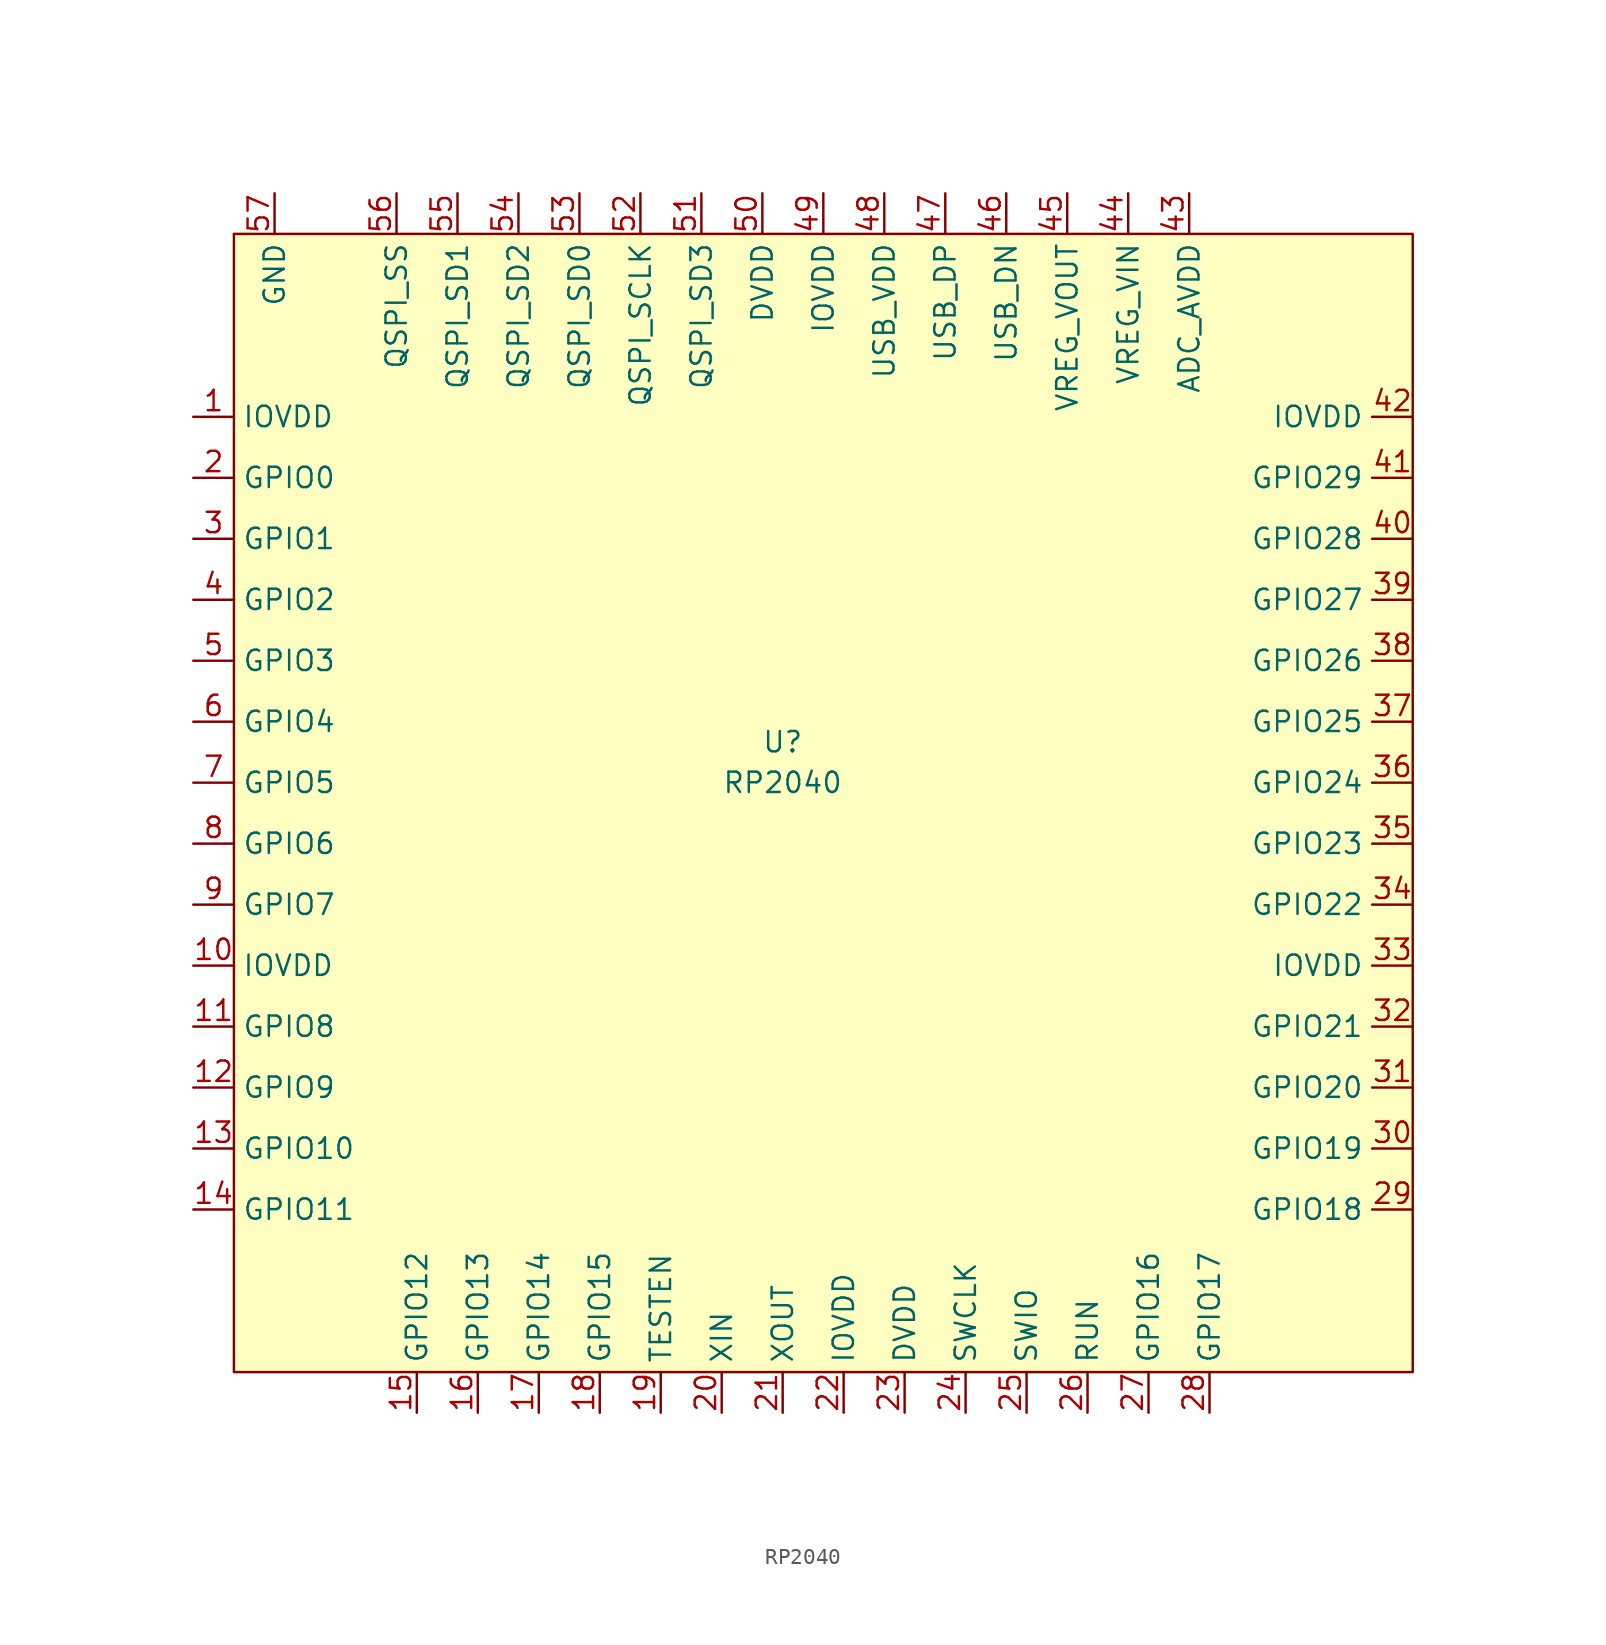
<source format=kicad_sym>
(kicad_symbol_lib
  (version 20211014)
  (generator kicad_symbol_editor)
  (symbol "RP2040"
    (property "Reference" "U"
      (at 0 3.81 0)
      (effects (font (size 1.27 1.27))))
    (property "Value" "RP2040"
      (at 0 1.27 0)
      (effects (font (size 1.27 1.27))))
    (symbol "RP2040_0_1"
      (rectangle (start -34.29 35.56) (end 39.37 -35.56) (stroke (width 0) (type default) (color 0 0 0 0)) (fill (type background))))
    (symbol "RP2040_1_1"
      (pin power_in line (at -36.83 24.13 0) (length 2.54) (name "IOVDD" (effects (font (size 1.27 1.27)))) (number "1" (effects (font (size 1.27 1.27)))))
      (pin power_in line (at -36.83 -10.16 0) (length 2.54) (name "IOVDD" (effects (font (size 1.27 1.27)))) (number "10" (effects (font (size 1.27 1.27)))))
      (pin bidirectional line (at -36.83 -13.97 0) (length 2.54) (name "GPIO8" (effects (font (size 1.27 1.27)))) (number "11" (effects (font (size 1.27 1.27)))) (alternate "I2C0_SDA" bidirectional line) (alternate "PWM4_A" bidirectional line) (alternate "SPI1_RX" bidirectional line) (alternate "UART1_TX" bidirectional line))
      (pin bidirectional line (at -36.83 -17.78 0) (length 2.54) (name "GPIO9" (effects (font (size 1.27 1.27)))) (number "12" (effects (font (size 1.27 1.27)))) (alternate "I2C0_SCL" bidirectional line) (alternate "PWM4_B" bidirectional line) (alternate "SPI1_CSn" bidirectional line) (alternate "UART1_RX" bidirectional line))
      (pin bidirectional line (at -36.83 -21.59 0) (length 2.54) (name "GPIO10" (effects (font (size 1.27 1.27)))) (number "13" (effects (font (size 1.27 1.27)))) (alternate "I2C1_SDA" bidirectional line) (alternate "PWM5_A" bidirectional line) (alternate "SPI1_SCK" bidirectional line) (alternate "UART1_CTS" bidirectional line))
      (pin bidirectional line (at -36.83 -25.4 0) (length 2.54) (name "GPIO11" (effects (font (size 1.27 1.27)))) (number "14" (effects (font (size 1.27 1.27)))) (alternate "I2C1_SCL" bidirectional line) (alternate "PWM5_B" bidirectional line) (alternate "SPI1_TX" bidirectional line) (alternate "UART1_RTS" bidirectional line))
      (pin bidirectional line (at -22.86 -38.1 90) (length 2.54) (name "GPIO12" (effects (font (size 1.27 1.27)))) (number "15" (effects (font (size 1.27 1.27)))) (alternate "I2C0_SDA" bidirectional line) (alternate "PWM6_A" bidirectional line) (alternate "SPI1_RX" bidirectional line) (alternate "UART0_TX" bidirectional line))
      (pin bidirectional line (at -19.05 -38.1 90) (length 2.54) (name "GPIO13" (effects (font (size 1.27 1.27)))) (number "16" (effects (font (size 1.27 1.27)))) (alternate "I2C0_SCL" bidirectional line) (alternate "PWM6_B" bidirectional line) (alternate "SPI1_CSn" bidirectional line) (alternate "UART0_RX" bidirectional line))
      (pin bidirectional line (at -15.24 -38.1 90) (length 2.54) (name "GPIO14" (effects (font (size 1.27 1.27)))) (number "17" (effects (font (size 1.27 1.27)))) (alternate "I2C1_SDA" bidirectional line) (alternate "PWM7_A" bidirectional line) (alternate "SPI1_SCK" bidirectional line) (alternate "UART0_CTS" bidirectional line))
      (pin bidirectional line (at -11.43 -38.1 90) (length 2.54) (name "GPIO15" (effects (font (size 1.27 1.27)))) (number "18" (effects (font (size 1.27 1.27)))) (alternate "I2C1_SCL" bidirectional line) (alternate "PWM7_B" bidirectional line) (alternate "SPI1_TX" bidirectional line) (alternate "UART0_RTS" bidirectional line))
      (pin input line (at -7.62 -38.1 90) (length 2.54) (name "TESTEN" (effects (font (size 1.27 1.27)))) (number "19" (effects (font (size 1.27 1.27)))))
      (pin bidirectional line (at -36.83 20.32 0) (length 2.54) (name "GPIO0" (effects (font (size 1.27 1.27)))) (number "2" (effects (font (size 1.27 1.27)))) (alternate "I2C0_SDA" bidirectional line) (alternate "PWM0_A" bidirectional line) (alternate "SPI0_RX" bidirectional line) (alternate "UART0_TX" bidirectional line))
      (pin input line (at -3.81 -38.1 90) (length 2.54) (name "XIN" (effects (font (size 1.27 1.27)))) (number "20" (effects (font (size 1.27 1.27)))))
      (pin input line (at 0 -38.1 90) (length 2.54) (name "XOUT" (effects (font (size 1.27 1.27)))) (number "21" (effects (font (size 1.27 1.27)))))
      (pin power_in line (at 3.81 -38.1 90) (length 2.54) (name "IOVDD" (effects (font (size 1.27 1.27)))) (number "22" (effects (font (size 1.27 1.27)))))
      (pin power_in line (at 7.62 -38.1 90) (length 2.54) (name "DVDD" (effects (font (size 1.27 1.27)))) (number "23" (effects (font (size 1.27 1.27)))))
      (pin bidirectional line (at 11.43 -38.1 90) (length 2.54) (name "SWCLK" (effects (font (size 1.27 1.27)))) (number "24" (effects (font (size 1.27 1.27)))))
      (pin bidirectional line (at 15.24 -38.1 90) (length 2.54) (name "SWIO" (effects (font (size 1.27 1.27)))) (number "25" (effects (font (size 1.27 1.27)))))
      (pin input line (at 19.05 -38.1 90) (length 2.54) (name "RUN" (effects (font (size 1.27 1.27)))) (number "26" (effects (font (size 1.27 1.27)))))
      (pin bidirectional line (at 22.86 -38.1 90) (length 2.54) (name "GPIO16" (effects (font (size 1.27 1.27)))) (number "27" (effects (font (size 1.27 1.27)))) (alternate "I2C0_SDA" bidirectional line) (alternate "PWM0_A" bidirectional line) (alternate "SPI0_RX" bidirectional line) (alternate "UART0_TX" bidirectional line))
      (pin bidirectional line (at 26.67 -38.1 90) (length 2.54) (name "GPIO17" (effects (font (size 1.27 1.27)))) (number "28" (effects (font (size 1.27 1.27)))) (alternate "I2C0_SCL" bidirectional line) (alternate "PWM0_B" bidirectional line) (alternate "SPI0_CSn" bidirectional line) (alternate "UART0_RX" bidirectional line))
      (pin bidirectional line (at 39.37 -25.4 180) (length 2.54) (name "GPIO18" (effects (font (size 1.27 1.27)))) (number "29" (effects (font (size 1.27 1.27)))) (alternate "I2C1_SDA" bidirectional line) (alternate "PWM1_A" bidirectional line) (alternate "SPI0_SCK" bidirectional line) (alternate "UART0_CTS" bidirectional line))
      (pin bidirectional line (at -36.83 16.51 0) (length 2.54) (name "GPIO1" (effects (font (size 1.27 1.27)))) (number "3" (effects (font (size 1.27 1.27)))) (alternate "I2C0_SCL" bidirectional line) (alternate "PWM0_B" bidirectional line) (alternate "SPI0_CSn" bidirectional line) (alternate "UART0_RX" bidirectional line))
      (pin bidirectional line (at 39.37 -21.59 180) (length 2.54) (name "GPIO19" (effects (font (size 1.27 1.27)))) (number "30" (effects (font (size 1.27 1.27)))) (alternate "I2C1_SCL" bidirectional line) (alternate "PWM1_B" bidirectional line) (alternate "SPI0_TX" bidirectional line) (alternate "UART0_RTS" bidirectional line))
      (pin bidirectional line (at 39.37 -17.78 180) (length 2.54) (name "GPIO20" (effects (font (size 1.27 1.27)))) (number "31" (effects (font (size 1.27 1.27)))) (alternate "I2C0_SDA" bidirectional line) (alternate "PWM2_A" bidirectional line) (alternate "SPI0_RX" bidirectional line) (alternate "UART1_TX" bidirectional line))
      (pin bidirectional line (at 39.37 -13.97 180) (length 2.54) (name "GPIO21" (effects (font (size 1.27 1.27)))) (number "32" (effects (font (size 1.27 1.27)))) (alternate "I2C0_SCL" bidirectional line) (alternate "PWM2_B" bidirectional line) (alternate "SPI0_CSn" bidirectional line) (alternate "UART1_RX" bidirectional line))
      (pin power_in line (at 39.37 -10.16 180) (length 2.54) (name "IOVDD" (effects (font (size 1.27 1.27)))) (number "33" (effects (font (size 1.27 1.27)))))
      (pin bidirectional line (at 39.37 -6.35 180) (length 2.54) (name "GPIO22" (effects (font (size 1.27 1.27)))) (number "34" (effects (font (size 1.27 1.27)))) (alternate "I2C1_SDA" bidirectional line) (alternate "PWM3_A" bidirectional line) (alternate "SPI0_SCK" bidirectional line) (alternate "UART1_CTS" bidirectional line))
      (pin bidirectional line (at 39.37 -2.54 180) (length 2.54) (name "GPIO23" (effects (font (size 1.27 1.27)))) (number "35" (effects (font (size 1.27 1.27)))) (alternate "I2C1_SCL" bidirectional line) (alternate "PWM3_B" bidirectional line) (alternate "SPI0_TX" bidirectional line) (alternate "UART1_RTS" bidirectional line))
      (pin bidirectional line (at 39.37 1.27 180) (length 2.54) (name "GPIO24" (effects (font (size 1.27 1.27)))) (number "36" (effects (font (size 1.27 1.27)))) (alternate "I2C0_SDA" bidirectional line) (alternate "PWM4_A" bidirectional line) (alternate "SPI1_RX" bidirectional line) (alternate "UART1_TX" bidirectional line))
      (pin bidirectional line (at 39.37 5.08 180) (length 2.54) (name "GPIO25" (effects (font (size 1.27 1.27)))) (number "37" (effects (font (size 1.27 1.27)))) (alternate "I2C0_SCL" bidirectional line) (alternate "PWM4_B" bidirectional line) (alternate "SPI1_CSn" bidirectional line) (alternate "UART1_RX" bidirectional line))
      (pin bidirectional line (at 39.37 8.89 180) (length 2.54) (name "GPIO26" (effects (font (size 1.27 1.27)))) (number "38" (effects (font (size 1.27 1.27)))) (alternate "ADC0" bidirectional line) (alternate "I2C1_SDA" bidirectional line) (alternate "PWM5_A" bidirectional line) (alternate "SPI1_SCK" bidirectional line) (alternate "UART1_CTS" bidirectional line))
      (pin bidirectional line (at 39.37 12.7 180) (length 2.54) (name "GPIO27" (effects (font (size 1.27 1.27)))) (number "39" (effects (font (size 1.27 1.27)))) (alternate "ADC1" bidirectional line) (alternate "I2C1_SCL" bidirectional line) (alternate "PWM5_B" bidirectional line) (alternate "SPI1_TX" bidirectional line) (alternate "UART1_RTS" bidirectional line))
      (pin bidirectional line (at -36.83 12.7 0) (length 2.54) (name "GPIO2" (effects (font (size 1.27 1.27)))) (number "4" (effects (font (size 1.27 1.27)))) (alternate "I2C1_SDA" bidirectional line) (alternate "PWM1_A" bidirectional line) (alternate "SPI0_SCK" bidirectional line) (alternate "UART0_CTS" bidirectional line))
      (pin bidirectional line (at 39.37 16.51 180) (length 2.54) (name "GPIO28" (effects (font (size 1.27 1.27)))) (number "40" (effects (font (size 1.27 1.27)))) (alternate "ADC2" bidirectional line) (alternate "I2C0_SDA" bidirectional line) (alternate "PWM6_A" bidirectional line) (alternate "SPI1_RX" bidirectional line) (alternate "UART0_TX" bidirectional line))
      (pin bidirectional line (at 39.37 20.32 180) (length 2.54) (name "GPIO29" (effects (font (size 1.27 1.27)))) (number "41" (effects (font (size 1.27 1.27)))) (alternate "ADC3" bidirectional line) (alternate "I2C0_SCL" bidirectional line) (alternate "PWM6_B" bidirectional line) (alternate "SPI1_CSn" bidirectional line) (alternate "UART0_RX" bidirectional line))
      (pin power_in line (at 39.37 24.13 180) (length 2.54) (name "IOVDD" (effects (font (size 1.27 1.27)))) (number "42" (effects (font (size 1.27 1.27)))))
      (pin power_in line (at 25.4 38.1 270) (length 2.54) (name "ADC_AVDD" (effects (font (size 1.27 1.27)))) (number "43" (effects (font (size 1.27 1.27)))))
      (pin power_in line (at 21.59 38.1 270) (length 2.54) (name "VREG_VIN" (effects (font (size 1.27 1.27)))) (number "44" (effects (font (size 1.27 1.27)))))
      (pin power_in line (at 17.78 38.1 270) (length 2.54) (name "VREG_VOUT" (effects (font (size 1.27 1.27)))) (number "45" (effects (font (size 1.27 1.27)))))
      (pin bidirectional line (at 13.97 38.1 270) (length 2.54) (name "USB_DN" (effects (font (size 1.27 1.27)))) (number "46" (effects (font (size 1.27 1.27)))))
      (pin bidirectional line (at 10.16 38.1 270) (length 2.54) (name "USB_DP" (effects (font (size 1.27 1.27)))) (number "47" (effects (font (size 1.27 1.27)))))
      (pin power_in line (at 6.35 38.1 270) (length 2.54) (name "USB_VDD" (effects (font (size 1.27 1.27)))) (number "48" (effects (font (size 1.27 1.27)))))
      (pin power_in line (at 2.54 38.1 270) (length 2.54) (name "IOVDD" (effects (font (size 1.27 1.27)))) (number "49" (effects (font (size 1.27 1.27)))))
      (pin bidirectional line (at -36.83 8.89 0) (length 2.54) (name "GPIO3" (effects (font (size 1.27 1.27)))) (number "5" (effects (font (size 1.27 1.27)))) (alternate "I2C1_SCL" bidirectional line) (alternate "PWM1_B" bidirectional line) (alternate "SPI0_TX" bidirectional line) (alternate "UART0_RTS" bidirectional line))
      (pin power_in line (at -1.27 38.1 270) (length 2.54) (name "DVDD" (effects (font (size 1.27 1.27)))) (number "50" (effects (font (size 1.27 1.27)))))
      (pin bidirectional line (at -5.08 38.1 270) (length 2.54) (name "QSPI_SD3" (effects (font (size 1.27 1.27)))) (number "51" (effects (font (size 1.27 1.27)))))
      (pin bidirectional line (at -8.89 38.1 270) (length 2.54) (name "QSPI_SCLK" (effects (font (size 1.27 1.27)))) (number "52" (effects (font (size 1.27 1.27)))))
      (pin bidirectional line (at -12.7 38.1 270) (length 2.54) (name "QSPI_SD0" (effects (font (size 1.27 1.27)))) (number "53" (effects (font (size 1.27 1.27)))))
      (pin bidirectional line (at -16.51 38.1 270) (length 2.54) (name "QSPI_SD2" (effects (font (size 1.27 1.27)))) (number "54" (effects (font (size 1.27 1.27)))))
      (pin bidirectional line (at -20.32 38.1 270) (length 2.54) (name "QSPI_SD1" (effects (font (size 1.27 1.27)))) (number "55" (effects (font (size 1.27 1.27)))))
      (pin bidirectional line (at -24.13 38.1 270) (length 2.54) (name "QSPI_SS" (effects (font (size 1.27 1.27)))) (number "56" (effects (font (size 1.27 1.27)))))
      (pin power_in line (at -31.75 38.1 270) (length 2.54) (name "GND" (effects (font (size 1.27 1.27)))) (number "57" (effects (font (size 1.27 1.27)))))
      (pin bidirectional line (at -36.83 5.08 0) (length 2.54) (name "GPIO4" (effects (font (size 1.27 1.27)))) (number "6" (effects (font (size 1.27 1.27)))) (alternate "I2C0_SDA" bidirectional line) (alternate "PWM2_A" bidirectional line) (alternate "SPI0_RX" bidirectional line) (alternate "UART1_TX" bidirectional line))
      (pin bidirectional line (at -36.83 1.27 0) (length 2.54) (name "GPIO5" (effects (font (size 1.27 1.27)))) (number "7" (effects (font (size 1.27 1.27)))) (alternate "I2C0_SCL" bidirectional line) (alternate "PWM2_B" bidirectional line) (alternate "SPI0_CSn" bidirectional line) (alternate "UART1_RX" bidirectional line))
      (pin bidirectional line (at -36.83 -2.54 0) (length 2.54) (name "GPIO6" (effects (font (size 1.27 1.27)))) (number "8" (effects (font (size 1.27 1.27)))) (alternate "I2C1_SDA" bidirectional line) (alternate "PWM3_A" bidirectional line) (alternate "SPI0_SCK" bidirectional line) (alternate "UART1_CTS" bidirectional line))
      (pin bidirectional line (at -36.83 -6.35 0) (length 2.54) (name "GPIO7" (effects (font (size 1.27 1.27)))) (number "9" (effects (font (size 1.27 1.27)))) (alternate "I2C1_SCL" bidirectional line) (alternate "PWM3_B" bidirectional line) (alternate "SPI0_TX" bidirectional line) (alternate "UART1_RTS" bidirectional line)))))
</source>
